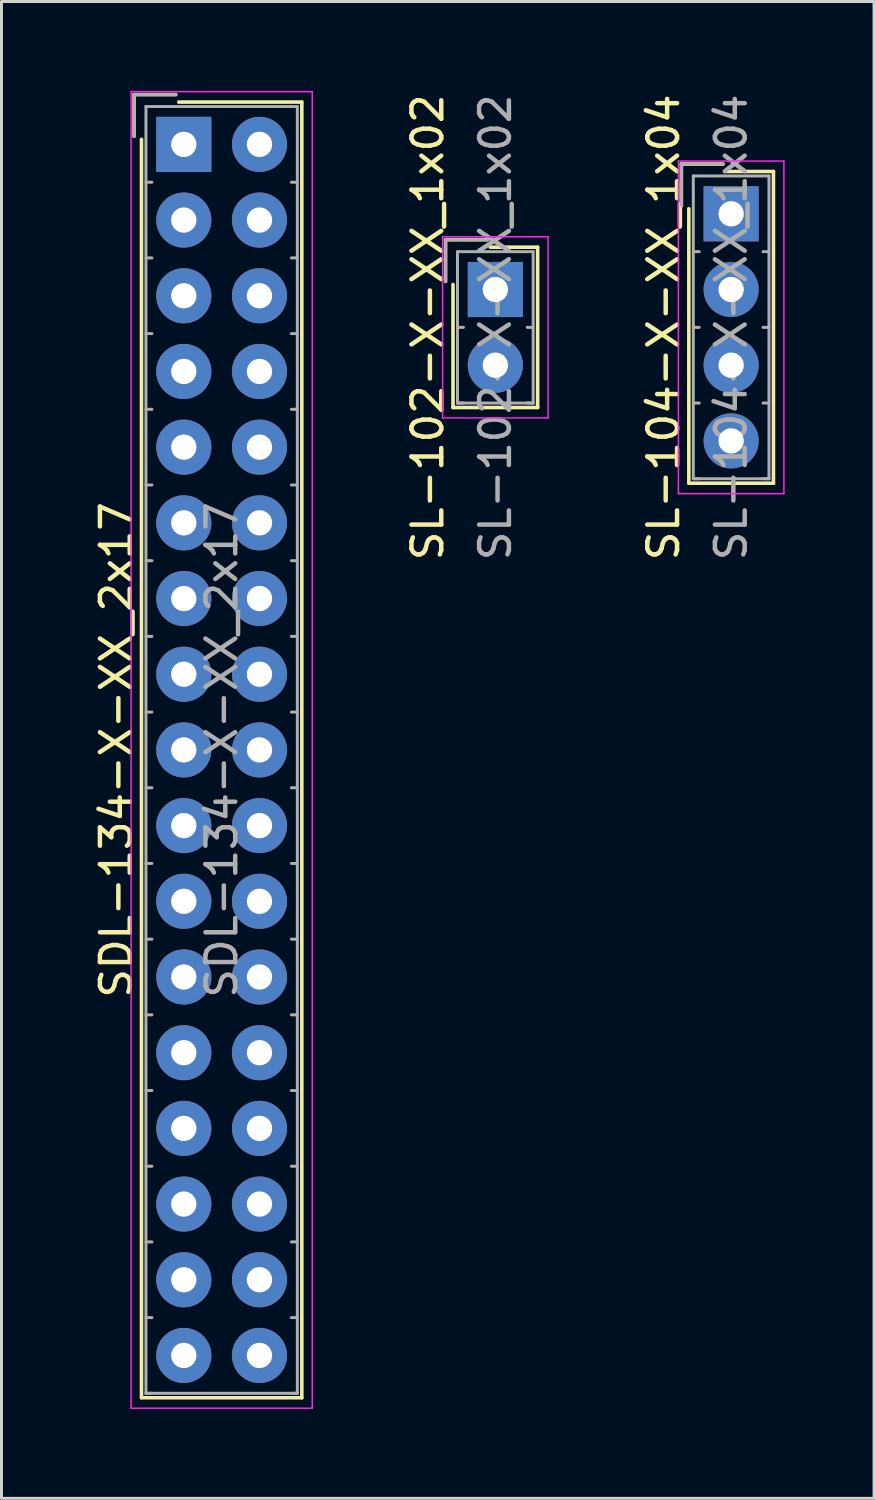
<source format=kicad_pcb>
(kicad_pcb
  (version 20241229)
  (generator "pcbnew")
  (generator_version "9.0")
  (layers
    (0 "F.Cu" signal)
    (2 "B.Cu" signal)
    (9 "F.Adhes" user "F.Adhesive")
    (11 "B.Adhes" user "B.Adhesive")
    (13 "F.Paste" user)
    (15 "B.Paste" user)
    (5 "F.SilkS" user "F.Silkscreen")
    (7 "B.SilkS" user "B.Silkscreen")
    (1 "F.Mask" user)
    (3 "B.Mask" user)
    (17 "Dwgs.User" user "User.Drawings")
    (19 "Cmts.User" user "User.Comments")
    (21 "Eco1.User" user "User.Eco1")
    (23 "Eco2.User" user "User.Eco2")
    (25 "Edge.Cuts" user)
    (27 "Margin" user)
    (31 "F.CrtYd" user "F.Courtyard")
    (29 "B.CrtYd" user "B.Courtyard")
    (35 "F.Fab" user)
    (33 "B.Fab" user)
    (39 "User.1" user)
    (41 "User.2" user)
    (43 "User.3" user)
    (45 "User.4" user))
  (footprint "SL-104-X-XX_1x04"
    (layer "F.Cu")
    (at 21.485 4.125)
    (property "Reference" "SL-104-X-XX_1x04" (at -2.27 3.81 90) (layer "F.SilkS") (effects (font (size 1 1) (thickness 0.15))))
    (attr through_hole)
    (fp_line (start -1.67 -1.67) (end -1.67 -0.27) (stroke (width 0.12) (type solid)) (layer "F.SilkS"))
    (fp_line (start -1.42 9.04) (end -1.42 -0.17) (stroke (width 0.12) (type solid)) (layer "F.SilkS"))
    (fp_line (start -0.27 -1.67) (end -1.67 -1.67) (stroke (width 0.12) (type solid)) (layer "F.SilkS"))
    (fp_line (start -0.17 -1.42) (end 1.42 -1.42) (stroke (width 0.12) (type solid)) (layer "F.SilkS"))
    (fp_line (start 1.42 -1.42) (end 1.42 9.04) (stroke (width 0.12) (type solid)) (layer "F.SilkS"))
    (fp_line (start 1.42 9.04) (end -1.42 9.04) (stroke (width 0.12) (type solid)) (layer "F.SilkS"))
    (fp_line (start -1.77 -1.77) (end -1.77 9.39) (stroke (width 0.05) (type solid)) (layer "F.CrtYd"))
    (fp_line (start -1.77 9.39) (end 1.77 9.39) (stroke (width 0.05) (type solid)) (layer "F.CrtYd"))
    (fp_line (start 1.77 -1.77) (end -1.77 -1.77) (stroke (width 0.05) (type solid)) (layer "F.CrtYd"))
    (fp_line (start 1.77 9.39) (end 1.77 -1.77) (stroke (width 0.05) (type solid)) (layer "F.CrtYd"))
    (fp_line (start -1.67 -1.67) (end -1.67 -0.27) (stroke (width 0.1) (type solid)) (layer "F.Fab"))
    (fp_line (start -1.27 -1.27) (end -1.27 8.89) (stroke (width 0.1) (type solid)) (layer "F.Fab"))
    (fp_line (start -1.27 1.27) (end -1.07 1.27) (stroke (width 0.1) (type solid)) (layer "F.Fab"))
    (fp_line (start -1.27 3.81) (end -1.07 3.81) (stroke (width 0.1) (type solid)) (layer "F.Fab"))
    (fp_line (start -1.27 6.35) (end -1.07 6.35) (stroke (width 0.1) (type solid)) (layer "F.Fab"))
    (fp_line (start -1.27 8.89) (end -1.07 8.89) (stroke (width 0.1) (type solid)) (layer "F.Fab"))
    (fp_line (start -1.27 8.89) (end 1.27 8.89) (stroke (width 0.1) (type solid)) (layer "F.Fab"))
    (fp_line (start -0.27 -1.67) (end -1.67 -1.67) (stroke (width 0.1) (type solid)) (layer "F.Fab"))
    (fp_line (start 1.27 -1.27) (end -1.27 -1.27) (stroke (width 0.1) (type solid)) (layer "F.Fab"))
    (fp_line (start 1.27 1.27) (end 1.07 1.27) (stroke (width 0.1) (type solid)) (layer "F.Fab"))
    (fp_line (start 1.27 3.81) (end 1.07 3.81) (stroke (width 0.1) (type solid)) (layer "F.Fab"))
    (fp_line (start 1.27 6.35) (end 1.07 6.35) (stroke (width 0.1) (type solid)) (layer "F.Fab"))
    (fp_line (start 1.27 8.89) (end 1.07 8.89) (stroke (width 0.1) (type solid)) (layer "F.Fab"))
    (fp_line (start 1.27 8.89) (end 1.27 -1.27) (stroke (width 0.1) (type solid)) (layer "F.Fab"))
    (fp_text user "${REFERENCE}" (at 0 3.81 90) (layer "F.Fab") (effects (font (size 1 1) (thickness 0.15))))
    (pad "1" thru_hole rect (at 0 0) (size 1.85 1.85) (drill 0.85) (layers "*.Cu" "*.Mask"))
    (pad "2" thru_hole circle (at 0 2.54) (size 1.85 1.85) (drill 0.85) (layers "*.Cu" "*.Mask"))
    (pad "3" thru_hole circle (at 0 5.08) (size 1.85 1.85) (drill 0.85) (layers "*.Cu" "*.Mask"))
    (pad "4" thru_hole circle (at 0 7.62) (size 1.85 1.85) (drill 0.85) (layers "*.Cu" "*.Mask")))
  (footprint "SDL-134-X-XX_2x17"
    (layer "F.Cu")
    (at 3.118 1.795)
    (property "Reference" "SDL-134-X-XX_2x17" (at -2.27 20.32 90) (layer "F.SilkS") (effects (font (size 1 1) (thickness 0.15))))
    (attr through_hole)
    (fp_line (start -1.67 -1.67) (end -1.67 -0.27) (stroke (width 0.12) (type solid)) (layer "F.SilkS"))
    (fp_line (start -1.42 42.06) (end -1.42 -0.17) (stroke (width 0.12) (type solid)) (layer "F.SilkS"))
    (fp_line (start -0.27 -1.67) (end -1.67 -1.67) (stroke (width 0.12) (type solid)) (layer "F.SilkS"))
    (fp_line (start -0.17 -1.42) (end 3.96 -1.42) (stroke (width 0.12) (type solid)) (layer "F.SilkS"))
    (fp_line (start 3.96 -1.42) (end 3.96 42.06) (stroke (width 0.12) (type solid)) (layer "F.SilkS"))
    (fp_line (start 3.96 42.06) (end -1.42 42.06) (stroke (width 0.12) (type solid)) (layer "F.SilkS"))
    (fp_line (start -1.77 -1.77) (end -1.77 42.41) (stroke (width 0.05) (type solid)) (layer "F.CrtYd"))
    (fp_line (start -1.77 42.41) (end 4.31 42.41) (stroke (width 0.05) (type solid)) (layer "F.CrtYd"))
    (fp_line (start 4.31 -1.77) (end -1.77 -1.77) (stroke (width 0.05) (type solid)) (layer "F.CrtYd"))
    (fp_line (start 4.31 42.41) (end 4.31 -1.77) (stroke (width 0.05) (type solid)) (layer "F.CrtYd"))
    (fp_line (start -1.67 -1.67) (end -1.67 -0.27) (stroke (width 0.1) (type solid)) (layer "F.Fab"))
    (fp_line (start -1.27 -1.27) (end -1.27 41.91) (stroke (width 0.1) (type solid)) (layer "F.Fab"))
    (fp_line (start -1.27 1.27) (end -1.07 1.27) (stroke (width 0.1) (type solid)) (layer "F.Fab"))
    (fp_line (start -1.27 3.81) (end -1.07 3.81) (stroke (width 0.1) (type solid)) (layer "F.Fab"))
    (fp_line (start -1.27 6.35) (end -1.07 6.35) (stroke (width 0.1) (type solid)) (layer "F.Fab"))
    (fp_line (start -1.27 8.89) (end -1.07 8.89) (stroke (width 0.1) (type solid)) (layer "F.Fab"))
    (fp_line (start -1.27 11.43) (end -1.07 11.43) (stroke (width 0.1) (type solid)) (layer "F.Fab"))
    (fp_line (start -1.27 13.97) (end -1.07 13.97) (stroke (width 0.1) (type solid)) (layer "F.Fab"))
    (fp_line (start -1.27 16.51) (end -1.07 16.51) (stroke (width 0.1) (type solid)) (layer "F.Fab"))
    (fp_line (start -1.27 19.05) (end -1.07 19.05) (stroke (width 0.1) (type solid)) (layer "F.Fab"))
    (fp_line (start -1.27 21.59) (end -1.07 21.59) (stroke (width 0.1) (type solid)) (layer "F.Fab"))
    (fp_line (start -1.27 24.13) (end -1.07 24.13) (stroke (width 0.1) (type solid)) (layer "F.Fab"))
    (fp_line (start -1.27 26.67) (end -1.07 26.67) (stroke (width 0.1) (type solid)) (layer "F.Fab"))
    (fp_line (start -1.27 29.21) (end -1.07 29.21) (stroke (width 0.1) (type solid)) (layer "F.Fab"))
    (fp_line (start -1.27 31.75) (end -1.07 31.75) (stroke (width 0.1) (type solid)) (layer "F.Fab"))
    (fp_line (start -1.27 34.29) (end -1.07 34.29) (stroke (width 0.1) (type solid)) (layer "F.Fab"))
    (fp_line (start -1.27 36.83) (end -1.07 36.83) (stroke (width 0.1) (type solid)) (layer "F.Fab"))
    (fp_line (start -1.27 39.37) (end -1.07 39.37) (stroke (width 0.1) (type solid)) (layer "F.Fab"))
    (fp_line (start -1.27 41.91) (end -1.07 41.91) (stroke (width 0.1) (type solid)) (layer "F.Fab"))
    (fp_line (start -1.27 41.91) (end 3.81 41.91) (stroke (width 0.1) (type solid)) (layer "F.Fab"))
    (fp_line (start -0.27 -1.67) (end -1.67 -1.67) (stroke (width 0.1) (type solid)) (layer "F.Fab"))
    (fp_line (start 3.81 -1.27) (end -1.27 -1.27) (stroke (width 0.1) (type solid)) (layer "F.Fab"))
    (fp_line (start 3.81 1.27) (end 3.61 1.27) (stroke (width 0.1) (type solid)) (layer "F.Fab"))
    (fp_line (start 3.81 3.81) (end 3.61 3.81) (stroke (width 0.1) (type solid)) (layer "F.Fab"))
    (fp_line (start 3.81 6.35) (end 3.61 6.35) (stroke (width 0.1) (type solid)) (layer "F.Fab"))
    (fp_line (start 3.81 8.89) (end 3.61 8.89) (stroke (width 0.1) (type solid)) (layer "F.Fab"))
    (fp_line (start 3.81 11.43) (end 3.61 11.43) (stroke (width 0.1) (type solid)) (layer "F.Fab"))
    (fp_line (start 3.81 13.97) (end 3.61 13.97) (stroke (width 0.1) (type solid)) (layer "F.Fab"))
    (fp_line (start 3.81 16.51) (end 3.61 16.51) (stroke (width 0.1) (type solid)) (layer "F.Fab"))
    (fp_line (start 3.81 19.05) (end 3.61 19.05) (stroke (width 0.1) (type solid)) (layer "F.Fab"))
    (fp_line (start 3.81 21.59) (end 3.61 21.59) (stroke (width 0.1) (type solid)) (layer "F.Fab"))
    (fp_line (start 3.81 24.13) (end 3.61 24.13) (stroke (width 0.1) (type solid)) (layer "F.Fab"))
    (fp_line (start 3.81 26.67) (end 3.61 26.67) (stroke (width 0.1) (type solid)) (layer "F.Fab"))
    (fp_line (start 3.81 29.21) (end 3.61 29.21) (stroke (width 0.1) (type solid)) (layer "F.Fab"))
    (fp_line (start 3.81 31.75) (end 3.61 31.75) (stroke (width 0.1) (type solid)) (layer "F.Fab"))
    (fp_line (start 3.81 34.29) (end 3.61 34.29) (stroke (width 0.1) (type solid)) (layer "F.Fab"))
    (fp_line (start 3.81 36.83) (end 3.61 36.83) (stroke (width 0.1) (type solid)) (layer "F.Fab"))
    (fp_line (start 3.81 39.37) (end 3.61 39.37) (stroke (width 0.1) (type solid)) (layer "F.Fab"))
    (fp_line (start 3.81 41.91) (end 3.61 41.91) (stroke (width 0.1) (type solid)) (layer "F.Fab"))
    (fp_line (start 3.81 41.91) (end 3.81 -1.27) (stroke (width 0.1) (type solid)) (layer "F.Fab"))
    (fp_text user "${REFERENCE}" (at 1.27 20.32 90) (layer "F.Fab") (effects (font (size 1 1) (thickness 0.15))))
    (pad "1" thru_hole rect (at 0 0) (size 1.85 1.85) (drill 0.85) (layers "*.Cu" "*.Mask"))
    (pad "2" thru_hole circle (at 2.54 0) (size 1.85 1.85) (drill 0.85) (layers "*.Cu" "*.Mask"))
    (pad "3" thru_hole circle (at 0 2.54) (size 1.85 1.85) (drill 0.85) (layers "*.Cu" "*.Mask"))
    (pad "4" thru_hole circle (at 2.54 2.54) (size 1.85 1.85) (drill 0.85) (layers "*.Cu" "*.Mask"))
    (pad "5" thru_hole circle (at 0 5.08) (size 1.85 1.85) (drill 0.85) (layers "*.Cu" "*.Mask"))
    (pad "6" thru_hole circle (at 2.54 5.08) (size 1.85 1.85) (drill 0.85) (layers "*.Cu" "*.Mask"))
    (pad "7" thru_hole circle (at 0 7.62) (size 1.85 1.85) (drill 0.85) (layers "*.Cu" "*.Mask"))
    (pad "8" thru_hole circle (at 2.54 7.62) (size 1.85 1.85) (drill 0.85) (layers "*.Cu" "*.Mask"))
    (pad "9" thru_hole circle (at 0 10.16) (size 1.85 1.85) (drill 0.85) (layers "*.Cu" "*.Mask"))
    (pad "10" thru_hole circle (at 2.54 10.16) (size 1.85 1.85) (drill 0.85) (layers "*.Cu" "*.Mask"))
    (pad "11" thru_hole circle (at 0 12.7) (size 1.85 1.85) (drill 0.85) (layers "*.Cu" "*.Mask"))
    (pad "12" thru_hole circle (at 2.54 12.7) (size 1.85 1.85) (drill 0.85) (layers "*.Cu" "*.Mask"))
    (pad "13" thru_hole circle (at 0 15.24) (size 1.85 1.85) (drill 0.85) (layers "*.Cu" "*.Mask"))
    (pad "14" thru_hole circle (at 2.54 15.24) (size 1.85 1.85) (drill 0.85) (layers "*.Cu" "*.Mask"))
    (pad "15" thru_hole circle (at 0 17.78) (size 1.85 1.85) (drill 0.85) (layers "*.Cu" "*.Mask"))
    (pad "16" thru_hole circle (at 2.54 17.78) (size 1.85 1.85) (drill 0.85) (layers "*.Cu" "*.Mask"))
    (pad "17" thru_hole circle (at 0 20.32) (size 1.85 1.85) (drill 0.85) (layers "*.Cu" "*.Mask"))
    (pad "18" thru_hole circle (at 2.54 20.32) (size 1.85 1.85) (drill 0.85) (layers "*.Cu" "*.Mask"))
    (pad "19" thru_hole circle (at 0 22.86) (size 1.85 1.85) (drill 0.85) (layers "*.Cu" "*.Mask"))
    (pad "20" thru_hole circle (at 2.54 22.86) (size 1.85 1.85) (drill 0.85) (layers "*.Cu" "*.Mask"))
    (pad "21" thru_hole circle (at 0 25.4) (size 1.85 1.85) (drill 0.85) (layers "*.Cu" "*.Mask"))
    (pad "22" thru_hole circle (at 2.54 25.4) (size 1.85 1.85) (drill 0.85) (layers "*.Cu" "*.Mask"))
    (pad "23" thru_hole circle (at 0 27.94) (size 1.85 1.85) (drill 0.85) (layers "*.Cu" "*.Mask"))
    (pad "24" thru_hole circle (at 2.54 27.94) (size 1.85 1.85) (drill 0.85) (layers "*.Cu" "*.Mask"))
    (pad "25" thru_hole circle (at 0 30.48) (size 1.85 1.85) (drill 0.85) (layers "*.Cu" "*.Mask"))
    (pad "26" thru_hole circle (at 2.54 30.48) (size 1.85 1.85) (drill 0.85) (layers "*.Cu" "*.Mask"))
    (pad "27" thru_hole circle (at 0 33.02) (size 1.85 1.85) (drill 0.85) (layers "*.Cu" "*.Mask"))
    (pad "28" thru_hole circle (at 2.54 33.02) (size 1.85 1.85) (drill 0.85) (layers "*.Cu" "*.Mask"))
    (pad "29" thru_hole circle (at 0 35.56) (size 1.85 1.85) (drill 0.85) (layers "*.Cu" "*.Mask"))
    (pad "30" thru_hole circle (at 2.54 35.56) (size 1.85 1.85) (drill 0.85) (layers "*.Cu" "*.Mask"))
    (pad "31" thru_hole circle (at 0 38.1) (size 1.85 1.85) (drill 0.85) (layers "*.Cu" "*.Mask"))
    (pad "32" thru_hole circle (at 2.54 38.1) (size 1.85 1.85) (drill 0.85) (layers "*.Cu" "*.Mask"))
    (pad "33" thru_hole circle (at 0 40.64) (size 1.85 1.85) (drill 0.85) (layers "*.Cu" "*.Mask"))
    (pad "34" thru_hole circle (at 2.54 40.64) (size 1.85 1.85) (drill 0.85) (layers "*.Cu" "*.Mask")))
  (footprint "SL-102-X-XX_1x02"
    (layer "F.Cu")
    (at 13.572 6.665)
    (property "Reference" "SL-102-X-XX_1x02" (at -2.27 1.27 90) (layer "F.SilkS") (effects (font (size 1 1) (thickness 0.15))))
    (attr through_hole)
    (fp_line (start -1.67 -1.67) (end -1.67 -0.27) (stroke (width 0.12) (type solid)) (layer "F.SilkS"))
    (fp_line (start -1.42 3.96) (end -1.42 -0.17) (stroke (width 0.12) (type solid)) (layer "F.SilkS"))
    (fp_line (start -0.27 -1.67) (end -1.67 -1.67) (stroke (width 0.12) (type solid)) (layer "F.SilkS"))
    (fp_line (start -0.17 -1.42) (end 1.42 -1.42) (stroke (width 0.12) (type solid)) (layer "F.SilkS"))
    (fp_line (start 1.42 -1.42) (end 1.42 3.96) (stroke (width 0.12) (type solid)) (layer "F.SilkS"))
    (fp_line (start 1.42 3.96) (end -1.42 3.96) (stroke (width 0.12) (type solid)) (layer "F.SilkS"))
    (fp_line (start -1.77 -1.77) (end -1.77 4.31) (stroke (width 0.05) (type solid)) (layer "F.CrtYd"))
    (fp_line (start -1.77 4.31) (end 1.77 4.31) (stroke (width 0.05) (type solid)) (layer "F.CrtYd"))
    (fp_line (start 1.77 -1.77) (end -1.77 -1.77) (stroke (width 0.05) (type solid)) (layer "F.CrtYd"))
    (fp_line (start 1.77 4.31) (end 1.77 -1.77) (stroke (width 0.05) (type solid)) (layer "F.CrtYd"))
    (fp_line (start -1.67 -1.67) (end -1.67 -0.27) (stroke (width 0.1) (type solid)) (layer "F.Fab"))
    (fp_line (start -1.27 -1.27) (end -1.27 3.81) (stroke (width 0.1) (type solid)) (layer "F.Fab"))
    (fp_line (start -1.27 1.27) (end -1.07 1.27) (stroke (width 0.1) (type solid)) (layer "F.Fab"))
    (fp_line (start -1.27 3.81) (end -1.07 3.81) (stroke (width 0.1) (type solid)) (layer "F.Fab"))
    (fp_line (start -1.27 3.81) (end 1.27 3.81) (stroke (width 0.1) (type solid)) (layer "F.Fab"))
    (fp_line (start -0.27 -1.67) (end -1.67 -1.67) (stroke (width 0.1) (type solid)) (layer "F.Fab"))
    (fp_line (start 1.27 -1.27) (end -1.27 -1.27) (stroke (width 0.1) (type solid)) (layer "F.Fab"))
    (fp_line (start 1.27 1.27) (end 1.07 1.27) (stroke (width 0.1) (type solid)) (layer "F.Fab"))
    (fp_line (start 1.27 3.81) (end 1.07 3.81) (stroke (width 0.1) (type solid)) (layer "F.Fab"))
    (fp_line (start 1.27 3.81) (end 1.27 -1.27) (stroke (width 0.1) (type solid)) (layer "F.Fab"))
    (fp_text user "${REFERENCE}" (at 0 1.27 90) (layer "F.Fab") (effects (font (size 1 1) (thickness 0.15))))
    (pad "1" thru_hole rect (at 0 0) (size 1.85 1.85) (drill 0.85) (layers "*.Cu" "*.Mask"))
    (pad "2" thru_hole circle (at 0 2.54) (size 1.85 1.85) (drill 0.85) (layers "*.Cu" "*.Mask")))
  (gr_rect
    (start -3 -3)
    (end 26.28 47.23)
    (stroke (width 0.1) (type default))
    (fill no)
    (layer "Edge.Cuts")))
</source>
